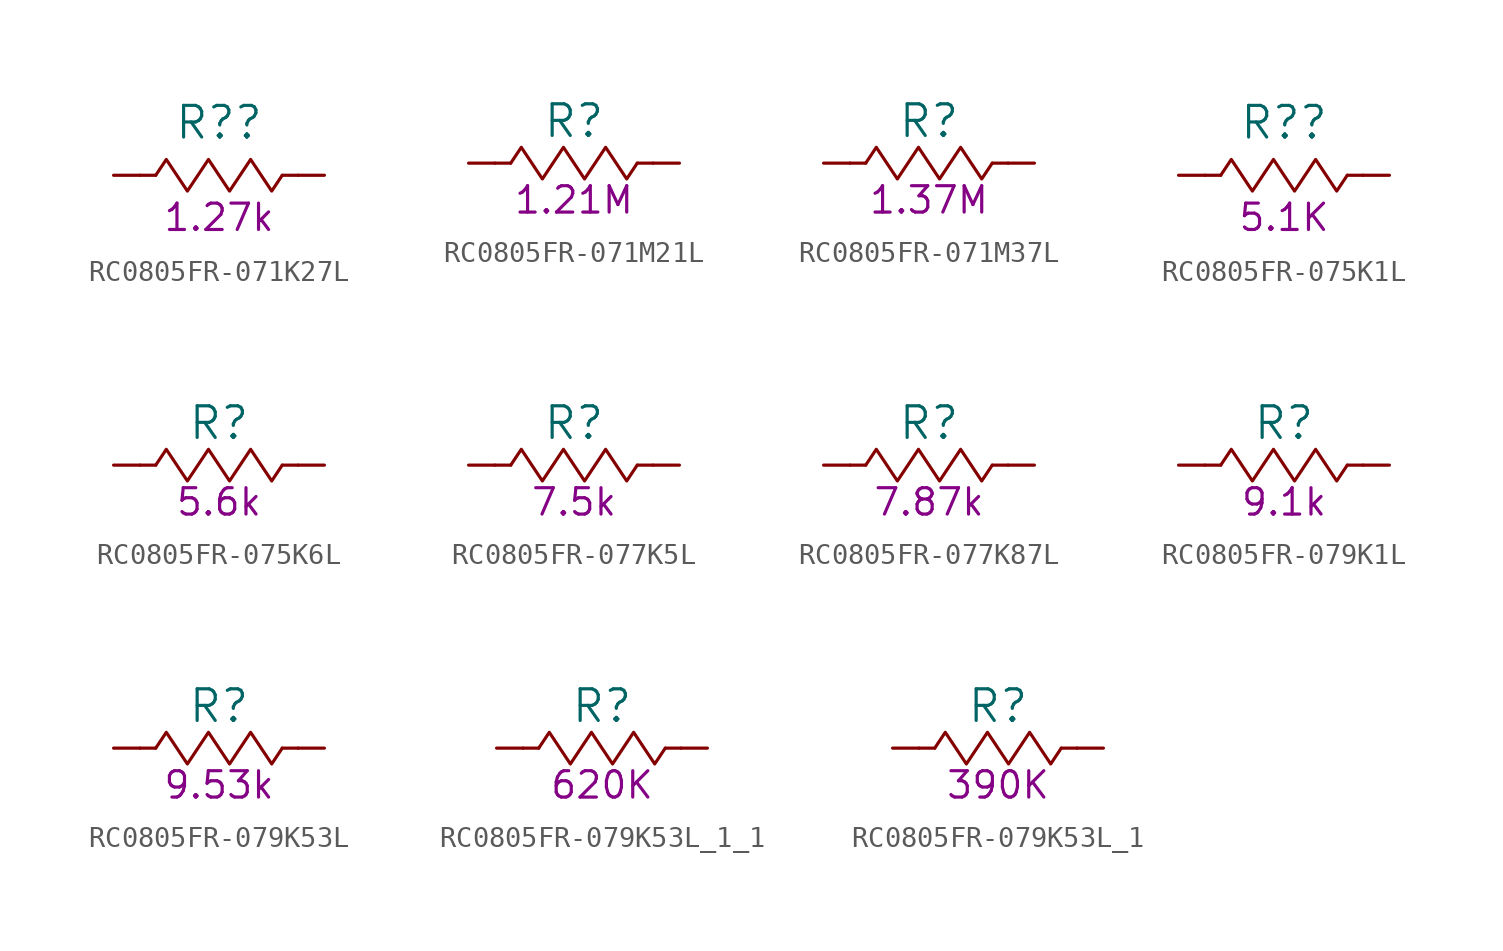
<source format=kicad_sym>
(kicad_symbol_lib
  (version 20231120)
  (generator "kicad_symbol_editor")
  (generator_version "8.0")
  (symbol "RC0805FR-071K27L"
    (pin_numbers hide)
    (pin_names
      (offset 0) hide)
    (property "Reference" "R?"
      (at 0 2.54 0)
      (effects (font (size 1.524 1.524))))
    (property "Resistance (Ohms)" "1.27k"
      (at 0 -2.032 0)
      (effects (font (size 1.27 1.27))))
    (symbol "RC0805FR-071K27L_0_1"
      (rectangle (start -3.81 0) (end -3.048 0) (stroke (width 0) (type default)) (fill (type none)))
      (rectangle (start 3.81 0) (end 3.048 0) (stroke (width 0) (type default)) (fill (type none))))
    (symbol "RC0805FR-071K27L_1_1"
      (polyline (pts (xy -3.048 0) (xy -2.54 0.762) (xy -2.032 0) (xy -1.524 -0.762) (xy -1.016 0) (xy -0.508 0.762) (xy 0 0) (xy 0.508 -0.762) (xy 1.016 0) (xy 1.524 0.762) (xy 2.032 0) (xy 2.54 -0.762) (xy 3.048 0)) (stroke (width 0) (type default)) (fill (type none)))
      (pin passive line (at -5.08 0 0) (length 1.27) (name "1" (effects (font (size 1.27 1.27)))) (number "1" (effects (font (size 1.27 1.27)))))
      (pin passive line (at 5.08 0 180) (length 1.27) (name "2" (effects (font (size 1.27 1.27)))) (number "2" (effects (font (size 1.27 1.27)))))))
  (symbol "RC0805FR-071M21L"
    (pin_numbers hide)
    (pin_names
      (offset 0) hide)
    (property "Reference" "R"
      (at 0 2.032 0)
      (effects (font (size 1.524 1.524))))
    (property "Resistance (Ohms)" "1.21M"
      (at 0 -1.778 0)
      (effects (font (size 1.27 1.27))))
    (symbol "RC0805FR-071M21L_0_1"
      (rectangle (start -3.048 0) (end -3.81 0) (stroke (width 0) (type default)) (fill (type none)))
      (polyline (pts (xy -3.048 0) (xy -2.54 0.762) (xy -2.032 0) (xy -1.524 -0.762) (xy -1.016 0) (xy -0.508 0.762) (xy 0 0) (xy 0.508 -0.762) (xy 1.016 0) (xy 1.524 0.762) (xy 2.032 0) (xy 2.54 -0.762) (xy 3.048 0)) (stroke (width 0) (type default)) (fill (type none)))
      (rectangle (start 3.81 0) (end 3.048 0) (stroke (width 0) (type default)) (fill (type none))))
    (symbol "RC0805FR-071M21L_1_1"
      (pin passive line (at -5.08 0 0) (length 1.27) (name "1" (effects (font (size 1.27 1.27)))) (number "1" (effects (font (size 1.27 1.27)))))
      (pin passive line (at 5.08 0 180) (length 1.27) (name "2" (effects (font (size 1.27 1.27)))) (number "2" (effects (font (size 1.27 1.27)))))))
  (symbol "RC0805FR-071M37L"
    (pin_numbers hide)
    (pin_names
      (offset 0) hide)
    (property "Reference" "R"
      (at 0 2.032 0)
      (effects (font (size 1.524 1.524))))
    (property "Resistance (Ohms)" "1.37M"
      (at 0 -1.778 0)
      (effects (font (size 1.27 1.27))))
    (symbol "RC0805FR-071M37L_0_1"
      (rectangle (start -3.048 0) (end -3.81 0) (stroke (width 0) (type default)) (fill (type none)))
      (polyline (pts (xy -3.048 0) (xy -2.54 0.762) (xy -2.032 0) (xy -1.524 -0.762) (xy -1.016 0) (xy -0.508 0.762) (xy 0 0) (xy 0.508 -0.762) (xy 1.016 0) (xy 1.524 0.762) (xy 2.032 0) (xy 2.54 -0.762) (xy 3.048 0)) (stroke (width 0) (type default)) (fill (type none)))
      (rectangle (start 3.81 0) (end 3.048 0) (stroke (width 0) (type default)) (fill (type none))))
    (symbol "RC0805FR-071M37L_1_1"
      (pin passive line (at -5.08 0 0) (length 1.27) (name "1" (effects (font (size 1.27 1.27)))) (number "1" (effects (font (size 1.27 1.27)))))
      (pin passive line (at 5.08 0 180) (length 1.27) (name "2" (effects (font (size 1.27 1.27)))) (number "2" (effects (font (size 1.27 1.27)))))))
  (symbol "RC0805FR-075K1L"
    (pin_numbers hide)
    (pin_names
      (offset 0) hide)
    (property "Reference" "R?"
      (at 0 2.54 0)
      (effects (font (size 1.524 1.524))))
    (property "Resistance (Ohms)" "5.1K"
      (at 0 -2.032 0)
      (effects (font (size 1.27 1.27))))
    (symbol "RC0805FR-075K1L_0_1"
      (rectangle (start -3.81 0) (end -3.048 0) (stroke (width 0) (type default)) (fill (type none)))
      (rectangle (start 3.81 0) (end 3.048 0) (stroke (width 0) (type default)) (fill (type none))))
    (symbol "RC0805FR-075K1L_1_1"
      (polyline (pts (xy -3.048 0) (xy -2.54 0.762) (xy -2.032 0) (xy -1.524 -0.762) (xy -1.016 0) (xy -0.508 0.762) (xy 0 0) (xy 0.508 -0.762) (xy 1.016 0) (xy 1.524 0.762) (xy 2.032 0) (xy 2.54 -0.762) (xy 3.048 0)) (stroke (width 0) (type default)) (fill (type none)))
      (pin passive line (at -5.08 0 0) (length 1.27) (name "1" (effects (font (size 1.27 1.27)))) (number "1" (effects (font (size 1.27 1.27)))))
      (pin passive line (at 5.08 0 180) (length 1.27) (name "2" (effects (font (size 1.27 1.27)))) (number "2" (effects (font (size 1.27 1.27)))))))
  (symbol "RC0805FR-075K6L"
    (pin_numbers hide)
    (pin_names
      (offset 0) hide)
    (property "Reference" "R"
      (at 0 2.032 0)
      (effects (font (size 1.524 1.524))))
    (property "Resistance (Ohms)" "5.6k"
      (at 0 -1.778 0)
      (effects (font (size 1.27 1.27))))
    (symbol "RC0805FR-075K6L_0_1"
      (rectangle (start -3.048 0) (end -3.81 0) (stroke (width 0) (type default)) (fill (type none)))
      (polyline (pts (xy -3.048 0) (xy -2.54 0.762) (xy -2.032 0) (xy -1.524 -0.762) (xy -1.016 0) (xy -0.508 0.762) (xy 0 0) (xy 0.508 -0.762) (xy 1.016 0) (xy 1.524 0.762) (xy 2.032 0) (xy 2.54 -0.762) (xy 3.048 0)) (stroke (width 0) (type default)) (fill (type none)))
      (rectangle (start 3.81 0) (end 3.048 0) (stroke (width 0) (type default)) (fill (type none))))
    (symbol "RC0805FR-075K6L_1_1"
      (pin passive line (at -5.08 0 0) (length 1.27) (name "1" (effects (font (size 1.27 1.27)))) (number "1" (effects (font (size 1.27 1.27)))))
      (pin passive line (at 5.08 0 180) (length 1.27) (name "2" (effects (font (size 1.27 1.27)))) (number "2" (effects (font (size 1.27 1.27)))))))
  (symbol "RC0805FR-077K5L"
    (pin_numbers hide)
    (pin_names
      (offset 0) hide)
    (property "Reference" "R"
      (at 0 2.032 0)
      (effects (font (size 1.524 1.524))))
    (property "Resistance (Ohms)" "7.5k"
      (at 0 -1.778 0)
      (effects (font (size 1.27 1.27))))
    (symbol "RC0805FR-077K5L_0_1"
      (rectangle (start -3.048 0) (end -3.81 0) (stroke (width 0) (type default)) (fill (type none)))
      (polyline (pts (xy -3.048 0) (xy -2.54 0.762) (xy -2.032 0) (xy -1.524 -0.762) (xy -1.016 0) (xy -0.508 0.762) (xy 0 0) (xy 0.508 -0.762) (xy 1.016 0) (xy 1.524 0.762) (xy 2.032 0) (xy 2.54 -0.762) (xy 3.048 0)) (stroke (width 0) (type default)) (fill (type none)))
      (rectangle (start 3.81 0) (end 3.048 0) (stroke (width 0) (type default)) (fill (type none))))
    (symbol "RC0805FR-077K5L_1_1"
      (pin passive line (at -5.08 0 0) (length 1.27) (name "1" (effects (font (size 1.27 1.27)))) (number "1" (effects (font (size 1.27 1.27)))))
      (pin passive line (at 5.08 0 180) (length 1.27) (name "2" (effects (font (size 1.27 1.27)))) (number "2" (effects (font (size 1.27 1.27)))))))
  (symbol "RC0805FR-077K87L"
    (pin_numbers hide)
    (pin_names
      (offset 0) hide)
    (property "Reference" "R"
      (at 0 2.032 0)
      (effects (font (size 1.524 1.524))))
    (property "Resistance (Ohms)" "7.87k"
      (at 0 -1.778 0)
      (effects (font (size 1.27 1.27))))
    (symbol "RC0805FR-077K87L_0_1"
      (rectangle (start -3.048 0) (end -3.81 0) (stroke (width 0) (type default)) (fill (type none)))
      (polyline (pts (xy -3.048 0) (xy -2.54 0.762) (xy -2.032 0) (xy -1.524 -0.762) (xy -1.016 0) (xy -0.508 0.762) (xy 0 0) (xy 0.508 -0.762) (xy 1.016 0) (xy 1.524 0.762) (xy 2.032 0) (xy 2.54 -0.762) (xy 3.048 0)) (stroke (width 0) (type default)) (fill (type none)))
      (rectangle (start 3.81 0) (end 3.048 0) (stroke (width 0) (type default)) (fill (type none))))
    (symbol "RC0805FR-077K87L_1_1"
      (pin passive line (at -5.08 0 0) (length 1.27) (name "1" (effects (font (size 1.27 1.27)))) (number "1" (effects (font (size 1.27 1.27)))))
      (pin passive line (at 5.08 0 180) (length 1.27) (name "2" (effects (font (size 1.27 1.27)))) (number "2" (effects (font (size 1.27 1.27)))))))
  (symbol "RC0805FR-079K1L"
    (pin_numbers hide)
    (pin_names
      (offset 0) hide)
    (property "Reference" "R"
      (at 0 2.032 0)
      (effects (font (size 1.524 1.524))))
    (property "Resistance (Ohms)" "9.1k"
      (at 0 -1.778 0)
      (effects (font (size 1.27 1.27))))
    (symbol "RC0805FR-079K1L_0_1"
      (rectangle (start -3.048 0) (end -3.81 0) (stroke (width 0) (type default)) (fill (type none)))
      (polyline (pts (xy -3.048 0) (xy -2.54 0.762) (xy -2.032 0) (xy -1.524 -0.762) (xy -1.016 0) (xy -0.508 0.762) (xy 0 0) (xy 0.508 -0.762) (xy 1.016 0) (xy 1.524 0.762) (xy 2.032 0) (xy 2.54 -0.762) (xy 3.048 0)) (stroke (width 0) (type default)) (fill (type none)))
      (rectangle (start 3.81 0) (end 3.048 0) (stroke (width 0) (type default)) (fill (type none))))
    (symbol "RC0805FR-079K1L_1_1"
      (pin passive line (at -5.08 0 0) (length 1.27) (name "1" (effects (font (size 1.27 1.27)))) (number "1" (effects (font (size 1.27 1.27)))))
      (pin passive line (at 5.08 0 180) (length 1.27) (name "2" (effects (font (size 1.27 1.27)))) (number "2" (effects (font (size 1.27 1.27)))))))
  (symbol "RC0805FR-079K53L"
    (pin_numbers hide)
    (pin_names
      (offset 0) hide)
    (property "Reference" "R"
      (at 0 2.032 0)
      (effects (font (size 1.524 1.524))))
    (property "Resistance (Ohms)" "9.53k"
      (at 0 -1.778 0)
      (effects (font (size 1.27 1.27))))
    (symbol "RC0805FR-079K53L_0_1"
      (rectangle (start -3.048 0) (end -3.81 0) (stroke (width 0) (type default)) (fill (type none)))
      (polyline (pts (xy -3.048 0) (xy -2.54 0.762) (xy -2.032 0) (xy -1.524 -0.762) (xy -1.016 0) (xy -0.508 0.762) (xy 0 0) (xy 0.508 -0.762) (xy 1.016 0) (xy 1.524 0.762) (xy 2.032 0) (xy 2.54 -0.762) (xy 3.048 0)) (stroke (width 0) (type default)) (fill (type none)))
      (rectangle (start 3.81 0) (end 3.048 0) (stroke (width 0) (type default)) (fill (type none))))
    (symbol "RC0805FR-079K53L_1_1"
      (pin passive line (at -5.08 0 0) (length 1.27) (name "1" (effects (font (size 1.27 1.27)))) (number "1" (effects (font (size 1.27 1.27)))))
      (pin passive line (at 5.08 0 180) (length 1.27) (name "2" (effects (font (size 1.27 1.27)))) (number "2" (effects (font (size 1.27 1.27)))))))
  (symbol "RC0805FR-079K53L_1_1"
    (pin_numbers hide)
    (pin_names
      (offset 0) hide)
    (property "Reference" "R"
      (at 0 2.032 0)
      (effects (font (size 1.524 1.524))))
    (property "Resistance (Ohms)" "620K"
      (at 0 -1.778 0)
      (effects (font (size 1.27 1.27))))
    (symbol "RC0805FR-079K53L_1_1_0_1"
      (rectangle (start -3.048 0) (end -3.81 0) (stroke (width 0) (type default)) (fill (type none)))
      (polyline (pts (xy -3.048 0) (xy -2.54 0.762) (xy -2.032 0) (xy -1.524 -0.762) (xy -1.016 0) (xy -0.508 0.762) (xy 0 0) (xy 0.508 -0.762) (xy 1.016 0) (xy 1.524 0.762) (xy 2.032 0) (xy 2.54 -0.762) (xy 3.048 0)) (stroke (width 0) (type default)) (fill (type none)))
      (rectangle (start 3.81 0) (end 3.048 0) (stroke (width 0) (type default)) (fill (type none))))
    (symbol "RC0805FR-079K53L_1_1_1_1"
      (pin passive line (at -5.08 0 0) (length 1.27) (name "1" (effects (font (size 1.27 1.27)))) (number "1" (effects (font (size 1.27 1.27)))))
      (pin passive line (at 5.08 0 180) (length 1.27) (name "2" (effects (font (size 1.27 1.27)))) (number "2" (effects (font (size 1.27 1.27)))))))
  (symbol "RC0805FR-079K53L_1"
    (pin_numbers hide)
    (pin_names
      (offset 0) hide)
    (property "Reference" "R"
      (at 0 2.032 0)
      (effects (font (size 1.524 1.524))))
    (property "Resistance (Ohms)" "390K"
      (at 0 -1.778 0)
      (effects (font (size 1.27 1.27))))
    (symbol "RC0805FR-079K53L_1_0_1"
      (rectangle (start -3.048 0) (end -3.81 0) (stroke (width 0) (type default)) (fill (type none)))
      (polyline (pts (xy -3.048 0) (xy -2.54 0.762) (xy -2.032 0) (xy -1.524 -0.762) (xy -1.016 0) (xy -0.508 0.762) (xy 0 0) (xy 0.508 -0.762) (xy 1.016 0) (xy 1.524 0.762) (xy 2.032 0) (xy 2.54 -0.762) (xy 3.048 0)) (stroke (width 0) (type default)) (fill (type none)))
      (rectangle (start 3.81 0) (end 3.048 0) (stroke (width 0) (type default)) (fill (type none))))
    (symbol "RC0805FR-079K53L_1_1_1"
      (pin passive line (at -5.08 0 0) (length 1.27) (name "1" (effects (font (size 1.27 1.27)))) (number "1" (effects (font (size 1.27 1.27)))))
      (pin passive line (at 5.08 0 180) (length 1.27) (name "2" (effects (font (size 1.27 1.27)))) (number "2" (effects (font (size 1.27 1.27))))))))
</source>
